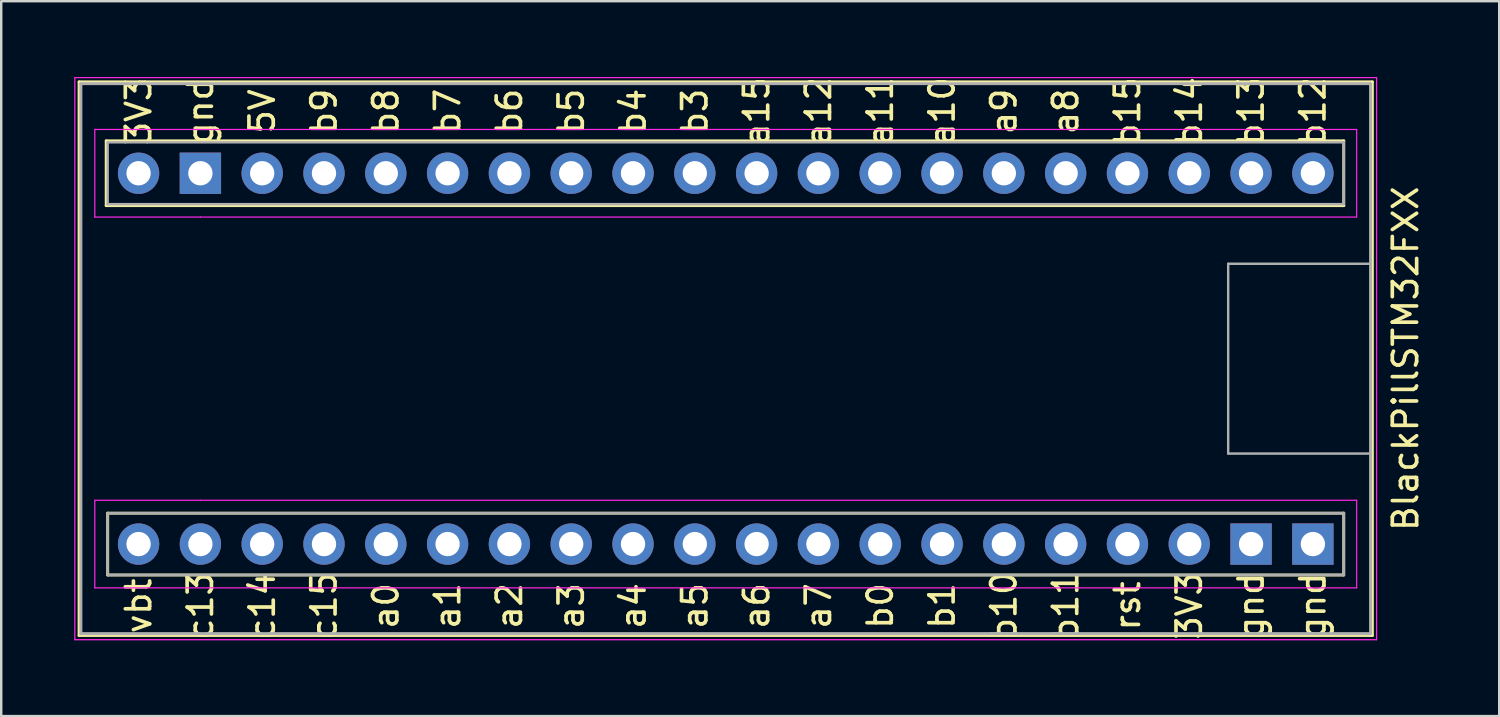
<source format=kicad_pcb>
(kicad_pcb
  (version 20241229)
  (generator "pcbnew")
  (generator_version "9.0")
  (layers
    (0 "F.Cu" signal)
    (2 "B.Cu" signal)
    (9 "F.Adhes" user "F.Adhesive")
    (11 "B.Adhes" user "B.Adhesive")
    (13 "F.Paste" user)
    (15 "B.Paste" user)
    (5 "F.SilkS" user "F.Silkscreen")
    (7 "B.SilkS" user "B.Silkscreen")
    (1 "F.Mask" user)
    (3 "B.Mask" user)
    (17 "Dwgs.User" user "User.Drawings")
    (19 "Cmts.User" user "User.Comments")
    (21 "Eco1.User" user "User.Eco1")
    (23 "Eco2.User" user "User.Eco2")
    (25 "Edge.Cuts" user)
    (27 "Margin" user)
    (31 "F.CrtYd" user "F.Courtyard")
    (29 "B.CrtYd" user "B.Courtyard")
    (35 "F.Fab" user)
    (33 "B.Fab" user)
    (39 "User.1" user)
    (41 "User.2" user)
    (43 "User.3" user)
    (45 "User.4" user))
  (footprint "BlackPillSTM32FXX"
    (layer "F.Cu")
    (at 26.775 11.69)
    (property "Reference" "BlackPillSTM32FXX" (at 27.94 0 270) (layer "F.SilkS") (effects (font (size 1 1) (thickness 0.15))))
    (attr through_hole)
    (fp_line (start -26.575 -11.375) (end 26.575 -11.375) (stroke (width 0.12) (type solid)) (layer "F.SilkS"))
    (fp_line (start -26.575 11.375) (end -26.575 -11.375) (stroke (width 0.12) (type solid)) (layer "F.SilkS"))
    (fp_line (start -25.46 -8.95) (end 25.4 -8.95) (stroke (width 0.12) (type solid)) (layer "F.SilkS"))
    (fp_line (start -25.46 -6.29) (end -25.46 -8.95) (stroke (width 0.12) (type solid)) (layer "F.SilkS"))
    (fp_line (start -25.4 6.35) (end 25.4 6.35) (stroke (width 0.12) (type solid)) (layer "F.SilkS"))
    (fp_line (start -25.4 8.89) (end -25.4 6.35) (stroke (width 0.12) (type solid)) (layer "F.SilkS"))
    (fp_line (start 25.4 -8.95) (end 25.4 -6.29) (stroke (width 0.12) (type solid)) (layer "F.SilkS"))
    (fp_line (start 25.4 -6.29) (end -25.46 -6.29) (stroke (width 0.12) (type solid)) (layer "F.SilkS"))
    (fp_line (start 25.4 6.35) (end 25.4 8.89) (stroke (width 0.12) (type solid)) (layer "F.SilkS"))
    (fp_line (start 25.4 8.89) (end -25.4 8.89) (stroke (width 0.12) (type solid)) (layer "F.SilkS"))
    (fp_line (start 26.575 -11.375) (end 26.575 11.375) (stroke (width 0.12) (type solid)) (layer "F.SilkS"))
    (fp_line (start 26.575 11.375) (end -26.575 11.375) (stroke (width 0.12) (type solid)) (layer "F.SilkS"))
    (fp_line (start -26.75 -11.55) (end 26.75 -11.55) (stroke (width 0.05) (type solid)) (layer "F.CrtYd"))
    (fp_line (start -26.75 11.55) (end -26.75 -11.55) (stroke (width 0.05) (type solid)) (layer "F.CrtYd"))
    (fp_line (start -25.93 -9.42) (end -25.93 -5.82) (stroke (width 0.05) (type solid)) (layer "F.CrtYd"))
    (fp_line (start -25.93 9.42) (end -25.93 5.82) (stroke (width 0.05) (type solid)) (layer "F.CrtYd"))
    (fp_line (start -21.59 -5.82) (end -25.93 -5.82) (stroke (width 0.05) (type solid)) (layer "F.CrtYd"))
    (fp_line (start -21.59 5.82) (end -25.93 5.82) (stroke (width 0.05) (type solid)) (layer "F.CrtYd"))
    (fp_line (start 25.93 -9.42) (end -25.93 -9.42) (stroke (width 0.05) (type solid)) (layer "F.CrtYd"))
    (fp_line (start 25.93 -5.82) (end -21.59 -5.82) (stroke (width 0.05) (type solid)) (layer "F.CrtYd"))
    (fp_line (start 25.93 -5.82) (end 25.93 -9.42) (stroke (width 0.05) (type solid)) (layer "F.CrtYd"))
    (fp_line (start 25.93 5.82) (end -21.59 5.82) (stroke (width 0.05) (type solid)) (layer "F.CrtYd"))
    (fp_line (start 25.93 5.82) (end 25.93 9.42) (stroke (width 0.05) (type solid)) (layer "F.CrtYd"))
    (fp_line (start 25.93 9.42) (end -25.93 9.42) (stroke (width 0.05) (type solid)) (layer "F.CrtYd"))
    (fp_line (start 26.75 -11.55) (end 26.75 11.55) (stroke (width 0.05) (type solid)) (layer "F.CrtYd"))
    (fp_line (start 26.75 11.55) (end -26.75 11.55) (stroke (width 0.05) (type solid)) (layer "F.CrtYd"))
    (fp_line (start -26.5 -11.3) (end -26.5 11.3) (stroke (width 0.12) (type solid)) (layer "F.Fab"))
    (fp_line (start -26.5 -11.3) (end 26.45 -11.3) (stroke (width 0.12) (type solid)) (layer "F.Fab"))
    (fp_line (start -25.4 -8.89) (end 25.4 -8.89) (stroke (width 0.1) (type solid)) (layer "F.Fab"))
    (fp_line (start -25.4 -6.35) (end -25.4 -8.89) (stroke (width 0.1) (type solid)) (layer "F.Fab"))
    (fp_line (start -25.4 6.35) (end 25.4 6.35) (stroke (width 0.1) (type solid)) (layer "F.Fab"))
    (fp_line (start -25.4 8.89) (end -25.4 6.35) (stroke (width 0.1) (type solid)) (layer "F.Fab"))
    (fp_line (start 20.65 -3.9) (end 20.65 3.9) (stroke (width 0.1) (type solid)) (layer "F.Fab"))
    (fp_line (start 20.65 -3.9) (end 26.45 -3.9) (stroke (width 0.1) (type solid)) (layer "F.Fab"))
    (fp_line (start 20.65 3.9) (end 26.45 3.9) (stroke (width 0.1) (type solid)) (layer "F.Fab"))
    (fp_line (start 25.4 -8.89) (end 25.4 -6.35) (stroke (width 0.1) (type solid)) (layer "F.Fab"))
    (fp_line (start 25.4 -6.35) (end -25.4 -6.35) (stroke (width 0.1) (type solid)) (layer "F.Fab"))
    (fp_line (start 25.4 6.35) (end 25.4 8.89) (stroke (width 0.1) (type solid)) (layer "F.Fab"))
    (fp_line (start 25.4 8.89) (end -25.4 8.89) (stroke (width 0.1) (type solid)) (layer "F.Fab"))
    (fp_line (start 26.5 -11.3) (end 26.5 11.3) (stroke (width 0.12) (type solid)) (layer "F.Fab"))
    (fp_line (start 26.5 11.3) (end -26.5 11.3) (stroke (width 0.12) (type solid)) (layer "F.Fab"))
    (fp_text user "a1" (at -11.43 10.16 270) (layer "F.SilkS") (effects (font (size 1 1) (thickness 0.15))))
    (fp_text user "a7" (at 3.81 10.16 270) (layer "F.SilkS") (effects (font (size 1 1) (thickness 0.15))))
    (fp_text user "b5" (at -6.35 -10.16 90) (layer "F.SilkS") (effects (font (size 1 1) (thickness 0.15))))
    (fp_text user "b12" (at 24.13 -10.16 90) (layer "F.SilkS") (effects (font (size 1 1) (thickness 0.15))))
    (fp_text user "vbt" (at -24.13 10.16 270) (layer "F.SilkS") (effects (font (size 1 1) (thickness 0.15))))
    (fp_text user "b14" (at 19.05 -10.16 90) (layer "F.SilkS") (effects (font (size 1 1) (thickness 0.15))))
    (fp_text user "b15" (at 16.51 -10.16 90) (layer "F.SilkS") (effects (font (size 1 1) (thickness 0.15))))
    (fp_text user "rst" (at 16.51 10.16 270) (layer "F.SilkS") (effects (font (size 1 1) (thickness 0.15))))
    (fp_text user "a10" (at 8.89 -10.16 90) (layer "F.SilkS") (effects (font (size 1 1) (thickness 0.15))))
    (fp_text user "gnd" (at 21.59 10.16 270) (layer "F.SilkS") (effects (font (size 1 1) (thickness 0.15))))
    (fp_text user "a5" (at -1.27 10.16 270) (layer "F.SilkS") (effects (font (size 1 1) (thickness 0.15))))
    (fp_text user "a15" (at 1.27 -10.16 90) (layer "F.SilkS") (effects (font (size 1 1) (thickness 0.15))))
    (fp_text user "b0" (at 6.35 10.16 270) (layer "F.SilkS") (effects (font (size 1 1) (thickness 0.15))))
    (fp_text user "a0" (at -13.97 10.16 270) (layer "F.SilkS") (effects (font (size 1 1) (thickness 0.15))))
    (fp_text user "b8" (at -13.97 -10.16 90) (layer "F.SilkS") (effects (font (size 1 1) (thickness 0.15))))
    (fp_text user "a8" (at 13.97 -10.16 90) (layer "F.SilkS") (effects (font (size 1 1) (thickness 0.15))))
    (fp_text user "b9" (at -16.51 -10.16 90) (layer "F.SilkS") (effects (font (size 1 1) (thickness 0.15))))
    (fp_text user "a9" (at 11.43 -10.16 90) (layer "F.SilkS") (effects (font (size 1 1) (thickness 0.15))))
    (fp_text user "b1" (at 8.89 10.16 270) (layer "F.SilkS") (effects (font (size 1 1) (thickness 0.15))))
    (fp_text user "b4" (at -3.81 -10.16 90) (layer "F.SilkS") (effects (font (size 1 1) (thickness 0.15))))
    (fp_text user "a12" (at 3.81 -10.16 90) (layer "F.SilkS") (effects (font (size 1 1) (thickness 0.15))))
    (fp_text user "b10" (at 11.43 10.16 270) (layer "F.SilkS") (effects (font (size 1 1) (thickness 0.15))))
    (fp_text user "a4" (at -3.81 10.16 270) (layer "F.SilkS") (effects (font (size 1 1) (thickness 0.15))))
    (fp_text user "3V3" (at -24.13 -10.16 90) (layer "F.SilkS") (effects (font (size 1 1) (thickness 0.15))))
    (fp_text user "c14" (at -19.05 10.16 270) (layer "F.SilkS") (effects (font (size 1 1) (thickness 0.15))))
    (fp_text user "a11" (at 6.35 -10.16 90) (layer "F.SilkS") (effects (font (size 1 1) (thickness 0.15))))
    (fp_text user "gnd" (at -21.59 -10.16 90) (layer "F.SilkS") (effects (font (size 1 1) (thickness 0.15))))
    (fp_text user "c15" (at -16.51 10.16 270) (layer "F.SilkS") (effects (font (size 1 1) (thickness 0.15))))
    (fp_text user "5V" (at -19.05 -10.16 90) (layer "F.SilkS") (effects (font (size 1 1) (thickness 0.15))))
    (fp_text user "3V3" (at 19.05 10.16 270) (layer "F.SilkS") (effects (font (size 1 1) (thickness 0.15))))
    (fp_text user "b6" (at -8.89 -10.16 90) (layer "F.SilkS") (effects (font (size 1 1) (thickness 0.15))))
    (fp_text user "a2" (at -8.89 10.16 270) (layer "F.SilkS") (effects (font (size 1 1) (thickness 0.15))))
    (fp_text user "c13" (at -21.59 10.16 270) (layer "F.SilkS") (effects (font (size 1 1) (thickness 0.15))))
    (fp_text user "b7" (at -11.43 -10.16 90) (layer "F.SilkS") (effects (font (size 1 1) (thickness 0.15))))
    (fp_text user "b13" (at 21.59 -10.16 90) (layer "F.SilkS") (effects (font (size 1 1) (thickness 0.15))))
    (fp_text user "b3" (at -1.27 -10.16 90) (layer "F.SilkS") (effects (font (size 1 1) (thickness 0.15))))
    (fp_text user "a6" (at 1.27 10.16 270) (layer "F.SilkS") (effects (font (size 1 1) (thickness 0.15))))
    (fp_text user "b11" (at 13.97 10.16 270) (layer "F.SilkS") (effects (font (size 1 1) (thickness 0.15))))
    (fp_text user "a3" (at -6.35 10.16 270) (layer "F.SilkS") (effects (font (size 1 1) (thickness 0.15))))
    (fp_text user "gnd" (at 24.13 10.16 270) (layer "F.SilkS") (effects (font (size 1 1) (thickness 0.15))))
    (pad "1" thru_hole circle (at 24.13 -7.62 270) (size 1.7 1.7) (drill 1) (layers "*.Cu" "*.Mask"))
    (pad "2" thru_hole circle (at 21.59 -7.62 270) (size 1.7 1.7) (drill 1) (layers "*.Cu" "*.Mask"))
    (pad "3" thru_hole circle (at 19.05 -7.62 270) (size 1.7 1.7) (drill 1) (layers "*.Cu" "*.Mask"))
    (pad "4" thru_hole circle (at 16.51 -7.62 270) (size 1.7 1.7) (drill 1) (layers "*.Cu" "*.Mask"))
    (pad "5" thru_hole circle (at 13.97 -7.62 270) (size 1.7 1.7) (drill 1) (layers "*.Cu" "*.Mask"))
    (pad "6" thru_hole circle (at 11.43 -7.62 270) (size 1.7 1.7) (drill 1) (layers "*.Cu" "*.Mask"))
    (pad "7" thru_hole circle (at 8.89 -7.62 270) (size 1.7 1.7) (drill 1) (layers "*.Cu" "*.Mask"))
    (pad "8" thru_hole circle (at 6.35 -7.62 270) (size 1.7 1.7) (drill 1) (layers "*.Cu" "*.Mask"))
    (pad "9" thru_hole circle (at 3.81 -7.62 270) (size 1.7 1.7) (drill 1) (layers "*.Cu" "*.Mask"))
    (pad "10" thru_hole circle (at 1.27 -7.62) (size 1.7 1.7) (drill 1) (layers "*.Cu" "*.Mask"))
    (pad "11" thru_hole circle (at -1.27 -7.62 270) (size 1.7 1.7) (drill 1) (layers "*.Cu" "*.Mask"))
    (pad "12" thru_hole circle (at -3.81 -7.62 270) (size 1.7 1.7) (drill 1) (layers "*.Cu" "*.Mask"))
    (pad "13" thru_hole circle (at -6.35 -7.62 270) (size 1.7 1.7) (drill 1) (layers "*.Cu" "*.Mask"))
    (pad "14" thru_hole circle (at -8.89 -7.62 270) (size 1.7 1.7) (drill 1) (layers "*.Cu" "*.Mask"))
    (pad "15" thru_hole circle (at -11.43 -7.62 270) (size 1.7 1.7) (drill 1) (layers "*.Cu" "*.Mask"))
    (pad "16" thru_hole circle (at -13.97 -7.62 270) (size 1.7 1.7) (drill 1) (layers "*.Cu" "*.Mask"))
    (pad "17" thru_hole circle (at -16.51 -7.62 270) (size 1.7 1.7) (drill 1) (layers "*.Cu" "*.Mask"))
    (pad "18" thru_hole circle (at -19.05 -7.62 270) (size 1.7 1.7) (drill 1) (layers "*.Cu" "*.Mask"))
    (pad "19" thru_hole rect (at -21.59 -7.62 270) (size 1.7 1.7) (drill 1) (layers "*.Cu" "*.Mask"))
    (pad "20" thru_hole circle (at -24.13 -7.62 270) (size 1.7 1.7) (drill 1) (layers "*.Cu" "*.Mask"))
    (pad "21" thru_hole circle (at -24.13 7.62 270) (size 1.7 1.7) (drill 1) (layers "*.Cu" "*.Mask"))
    (pad "22" thru_hole circle (at -21.59 7.62 270) (size 1.7 1.7) (drill 1) (layers "*.Cu" "*.Mask"))
    (pad "23" thru_hole circle (at -19.05 7.62 270) (size 1.7 1.7) (drill 1) (layers "*.Cu" "*.Mask"))
    (pad "24" thru_hole circle (at -16.51 7.62 270) (size 1.7 1.7) (drill 1) (layers "*.Cu" "*.Mask"))
    (pad "25" thru_hole circle (at -13.97 7.62 270) (size 1.7 1.7) (drill 1) (layers "*.Cu" "*.Mask"))
    (pad "26" thru_hole circle (at -11.43 7.62 270) (size 1.7 1.7) (drill 1) (layers "*.Cu" "*.Mask"))
    (pad "27" thru_hole circle (at -8.89 7.62 270) (size 1.7 1.7) (drill 1) (layers "*.Cu" "*.Mask"))
    (pad "28" thru_hole circle (at -6.35 7.62 270) (size 1.7 1.7) (drill 1) (layers "*.Cu" "*.Mask"))
    (pad "29" thru_hole circle (at -3.81 7.62 270) (size 1.7 1.7) (drill 1) (layers "*.Cu" "*.Mask"))
    (pad "30" thru_hole circle (at -1.27 7.62 270) (size 1.7 1.7) (drill 1) (layers "*.Cu" "*.Mask"))
    (pad "31" thru_hole circle (at 1.27 7.62 270) (size 1.7 1.7) (drill 1) (layers "*.Cu" "*.Mask"))
    (pad "32" thru_hole circle (at 3.81 7.62 270) (size 1.7 1.7) (drill 1) (layers "*.Cu" "*.Mask"))
    (pad "33" thru_hole circle (at 6.35 7.62 270) (size 1.7 1.7) (drill 1) (layers "*.Cu" "*.Mask"))
    (pad "34" thru_hole circle (at 8.89 7.62 270) (size 1.7 1.7) (drill 1) (layers "*.Cu" "*.Mask"))
    (pad "35" thru_hole circle (at 11.43 7.62 270) (size 1.7 1.7) (drill 1) (layers "*.Cu" "*.Mask"))
    (pad "36" thru_hole circle (at 13.97 7.62 270) (size 1.7 1.7) (drill 1) (layers "*.Cu" "*.Mask"))
    (pad "37" thru_hole circle (at 16.51 7.62 270) (size 1.7 1.7) (drill 1) (layers "*.Cu" "*.Mask"))
    (pad "38" thru_hole circle (at 19.05 7.62 270) (size 1.7 1.7) (drill 1) (layers "*.Cu" "*.Mask"))
    (pad "39" thru_hole rect (at 21.59 7.62 270) (size 1.7 1.7) (drill 1) (layers "*.Cu" "*.Mask"))
    (pad "40" thru_hole rect (at 24.13 7.62 270) (size 1.7 1.7) (drill 1) (layers "*.Cu" "*.Mask")))
  (gr_rect
    (start -3 -3)
    (end 58.563 26.38)
    (stroke (width 0.1) (type default))
    (fill no)
    (layer "Edge.Cuts")))
</source>
